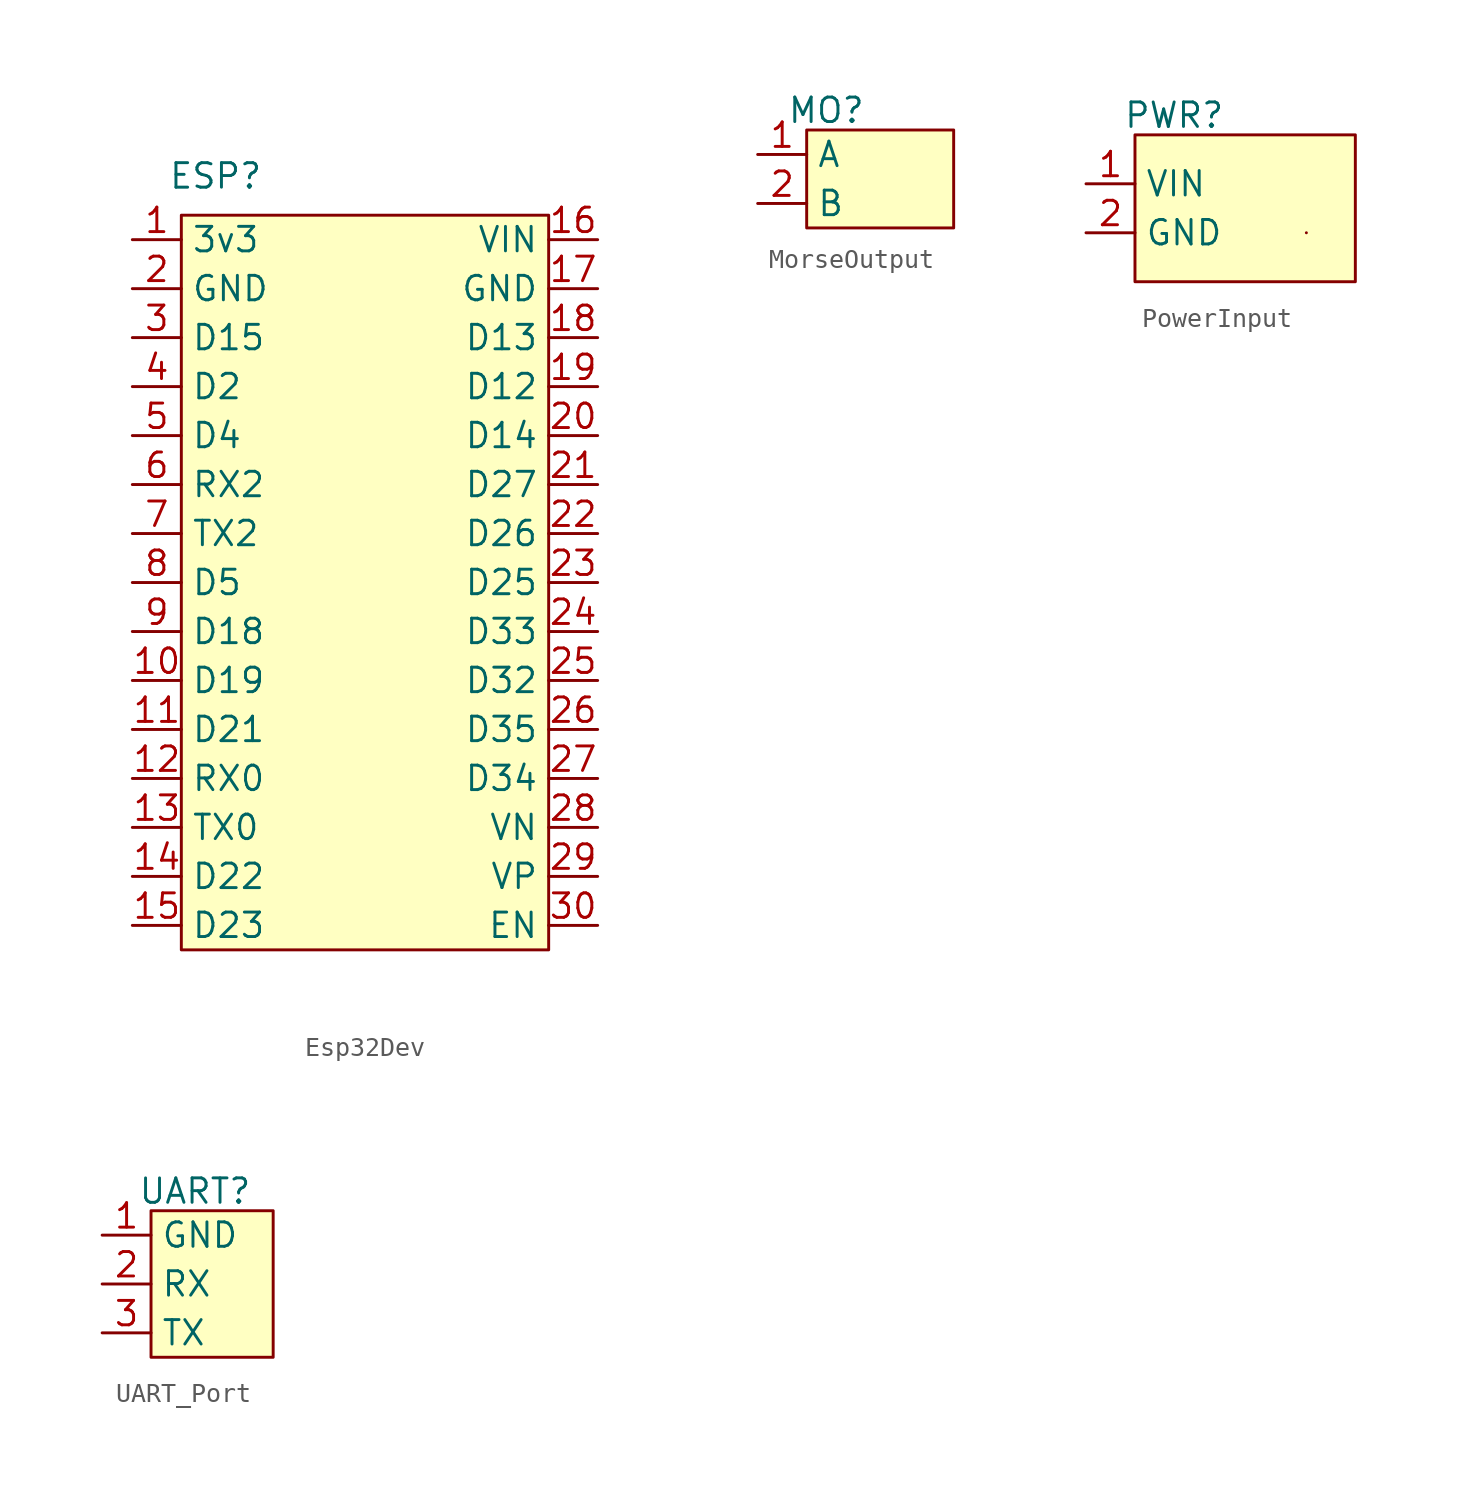
<source format=kicad_sym>
(kicad_symbol_lib
  (version 20231120)
  (generator "kicad_symbol_editor")
  (generator_version "8.0")
  (symbol "Esp32Dev"
    (property "Reference" "ESP"
      (at 1.778 3.302 0)
      (effects (font (size 1.27 1.27))))
    (property "Value" ""
      (at 0 0 0)
      (effects (font (size 1.27 1.27))))
    (symbol "Esp32Dev_1_1"
      (rectangle (start 0 1.27) (end 19.05 -36.83) (stroke (width 0) (type default)) (fill (type background)))
      (pin power_in line (at -2.54 0 0) (length 2.54) (name "3v3" (effects (font (size 1.27 1.27)))) (number "1" (effects (font (size 1.27 1.27)))))
      (pin bidirectional line (at -2.54 -22.86 0) (length 2.54) (name "D19" (effects (font (size 1.27 1.27)))) (number "10" (effects (font (size 1.27 1.27)))))
      (pin bidirectional line (at -2.54 -25.4 0) (length 2.54) (name "D21" (effects (font (size 1.27 1.27)))) (number "11" (effects (font (size 1.27 1.27)))))
      (pin input line (at -2.54 -27.94 0) (length 2.54) (name "RX0" (effects (font (size 1.27 1.27)))) (number "12" (effects (font (size 1.27 1.27)))))
      (pin output line (at -2.54 -30.48 0) (length 2.54) (name "TX0" (effects (font (size 1.27 1.27)))) (number "13" (effects (font (size 1.27 1.27)))))
      (pin bidirectional line (at -2.54 -33.02 0) (length 2.54) (name "D22" (effects (font (size 1.27 1.27)))) (number "14" (effects (font (size 1.27 1.27)))))
      (pin bidirectional line (at -2.54 -35.56 0) (length 2.54) (name "D23" (effects (font (size 1.27 1.27)))) (number "15" (effects (font (size 1.27 1.27)))))
      (pin power_in line (at 21.59 0 180) (length 2.54) (name "VIN" (effects (font (size 1.27 1.27)))) (number "16" (effects (font (size 1.27 1.27)))))
      (pin passive line (at 21.59 -2.54 180) (length 2.54) (name "GND" (effects (font (size 1.27 1.27)))) (number "17" (effects (font (size 1.27 1.27)))))
      (pin bidirectional line (at 21.59 -5.08 180) (length 2.54) (name "D13" (effects (font (size 1.27 1.27)))) (number "18" (effects (font (size 1.27 1.27)))))
      (pin bidirectional line (at 21.59 -7.62 180) (length 2.54) (name "D12" (effects (font (size 1.27 1.27)))) (number "19" (effects (font (size 1.27 1.27)))))
      (pin passive line (at -2.54 -2.54 0) (length 2.54) (name "GND" (effects (font (size 1.27 1.27)))) (number "2" (effects (font (size 1.27 1.27)))))
      (pin bidirectional line (at 21.59 -10.16 180) (length 2.54) (name "D14" (effects (font (size 1.27 1.27)))) (number "20" (effects (font (size 1.27 1.27)))))
      (pin bidirectional line (at 21.59 -12.7 180) (length 2.54) (name "D27" (effects (font (size 1.27 1.27)))) (number "21" (effects (font (size 1.27 1.27)))))
      (pin bidirectional line (at 21.59 -15.24 180) (length 2.54) (name "D26" (effects (font (size 1.27 1.27)))) (number "22" (effects (font (size 1.27 1.27)))))
      (pin bidirectional line (at 21.59 -17.78 180) (length 2.54) (name "D25" (effects (font (size 1.27 1.27)))) (number "23" (effects (font (size 1.27 1.27)))))
      (pin bidirectional line (at 21.59 -20.32 180) (length 2.54) (name "D33" (effects (font (size 1.27 1.27)))) (number "24" (effects (font (size 1.27 1.27)))))
      (pin bidirectional line (at 21.59 -22.86 180) (length 2.54) (name "D32" (effects (font (size 1.27 1.27)))) (number "25" (effects (font (size 1.27 1.27)))))
      (pin bidirectional line (at 21.59 -25.4 180) (length 2.54) (name "D35" (effects (font (size 1.27 1.27)))) (number "26" (effects (font (size 1.27 1.27)))))
      (pin bidirectional line (at 21.59 -27.94 180) (length 2.54) (name "D34" (effects (font (size 1.27 1.27)))) (number "27" (effects (font (size 1.27 1.27)))))
      (pin input line (at 21.59 -30.48 180) (length 2.54) (name "VN" (effects (font (size 1.27 1.27)))) (number "28" (effects (font (size 1.27 1.27)))))
      (pin input line (at 21.59 -33.02 180) (length 2.54) (name "VP" (effects (font (size 1.27 1.27)))) (number "29" (effects (font (size 1.27 1.27)))))
      (pin bidirectional line (at -2.54 -5.08 0) (length 2.54) (name "D15" (effects (font (size 1.27 1.27)))) (number "3" (effects (font (size 1.27 1.27)))))
      (pin input line (at 21.59 -35.56 180) (length 2.54) (name "EN" (effects (font (size 1.27 1.27)))) (number "30" (effects (font (size 1.27 1.27)))))
      (pin bidirectional line (at -2.54 -7.62 0) (length 2.54) (name "D2" (effects (font (size 1.27 1.27)))) (number "4" (effects (font (size 1.27 1.27)))))
      (pin bidirectional line (at -2.54 -10.16 0) (length 2.54) (name "D4" (effects (font (size 1.27 1.27)))) (number "5" (effects (font (size 1.27 1.27)))))
      (pin input line (at -2.54 -12.7 0) (length 2.54) (name "RX2" (effects (font (size 1.27 1.27)))) (number "6" (effects (font (size 1.27 1.27)))))
      (pin output line (at -2.54 -15.24 0) (length 2.54) (name "TX2" (effects (font (size 1.27 1.27)))) (number "7" (effects (font (size 1.27 1.27)))))
      (pin bidirectional line (at -2.54 -17.78 0) (length 2.54) (name "D5" (effects (font (size 1.27 1.27)))) (number "8" (effects (font (size 1.27 1.27)))))
      (pin bidirectional line (at -2.54 -20.32 0) (length 2.54) (name "D18" (effects (font (size 1.27 1.27)))) (number "9" (effects (font (size 1.27 1.27)))))))
  (symbol "MorseOutput"
    (property "Reference" "MO"
      (at 1.016 1.016 0)
      (effects (font (size 1.27 1.27))))
    (property "Value" ""
      (at 0 0 0)
      (effects (font (size 1.27 1.27))))
    (symbol "MorseOutput_1_1"
      (rectangle (start 0 0) (end 7.62 -5.08) (stroke (width 0) (type default)) (fill (type background)))
      (pin bidirectional line (at -2.54 -1.27 0) (length 2.54) (name "A" (effects (font (size 1.27 1.27)))) (number "1" (effects (font (size 1.27 1.27)))))
      (pin bidirectional line (at -2.54 -3.81 0) (length 2.54) (name "B" (effects (font (size 1.27 1.27)))) (number "2" (effects (font (size 1.27 1.27)))))))
  (symbol "PowerInput"
    (property "Reference" "PWR"
      (at 2.032 1.016 0)
      (effects (font (size 1.27 1.27))))
    (property "Value" ""
      (at -2.54 0 0)
      (effects (font (size 1.27 1.27))))
    (symbol "PowerInput_0_1"
      (rectangle (start 8.89 -5.08) (end 8.89 -5.08) (stroke (width 0) (type default)) (fill (type none))))
    (symbol "PowerInput_1_1"
      (rectangle (start 0 0) (end 11.43 -7.62) (stroke (width 0) (type default)) (fill (type background)))
      (pin power_in line (at -2.54 -2.54 0) (length 2.54) (name "VIN" (effects (font (size 1.27 1.27)))) (number "1" (effects (font (size 1.27 1.27)))))
      (pin power_out line (at -2.54 -5.08 0) (length 2.54) (name "GND" (effects (font (size 1.27 1.27)))) (number "2" (effects (font (size 1.27 1.27)))))))
  (symbol "UART_Port"
    (property "Reference" "UART"
      (at 2.286 1.016 0)
      (effects (font (size 1.27 1.27))))
    (property "Value" ""
      (at 0 0 0)
      (effects (font (size 1.27 1.27))))
    (symbol "UART_Port_1_1"
      (rectangle (start 0 0) (end 6.35 -7.62) (stroke (width 0) (type default)) (fill (type background)))
      (pin power_out line (at -2.54 -1.27 0) (length 2.54) (name "GND" (effects (font (size 1.27 1.27)))) (number "1" (effects (font (size 1.27 1.27)))))
      (pin input line (at -2.54 -3.81 0) (length 2.54) (name "RX" (effects (font (size 1.27 1.27)))) (number "2" (effects (font (size 1.27 1.27)))))
      (pin output line (at -2.54 -6.35 0) (length 2.54) (name "TX" (effects (font (size 1.27 1.27)))) (number "3" (effects (font (size 1.27 1.27))))))))
</source>
